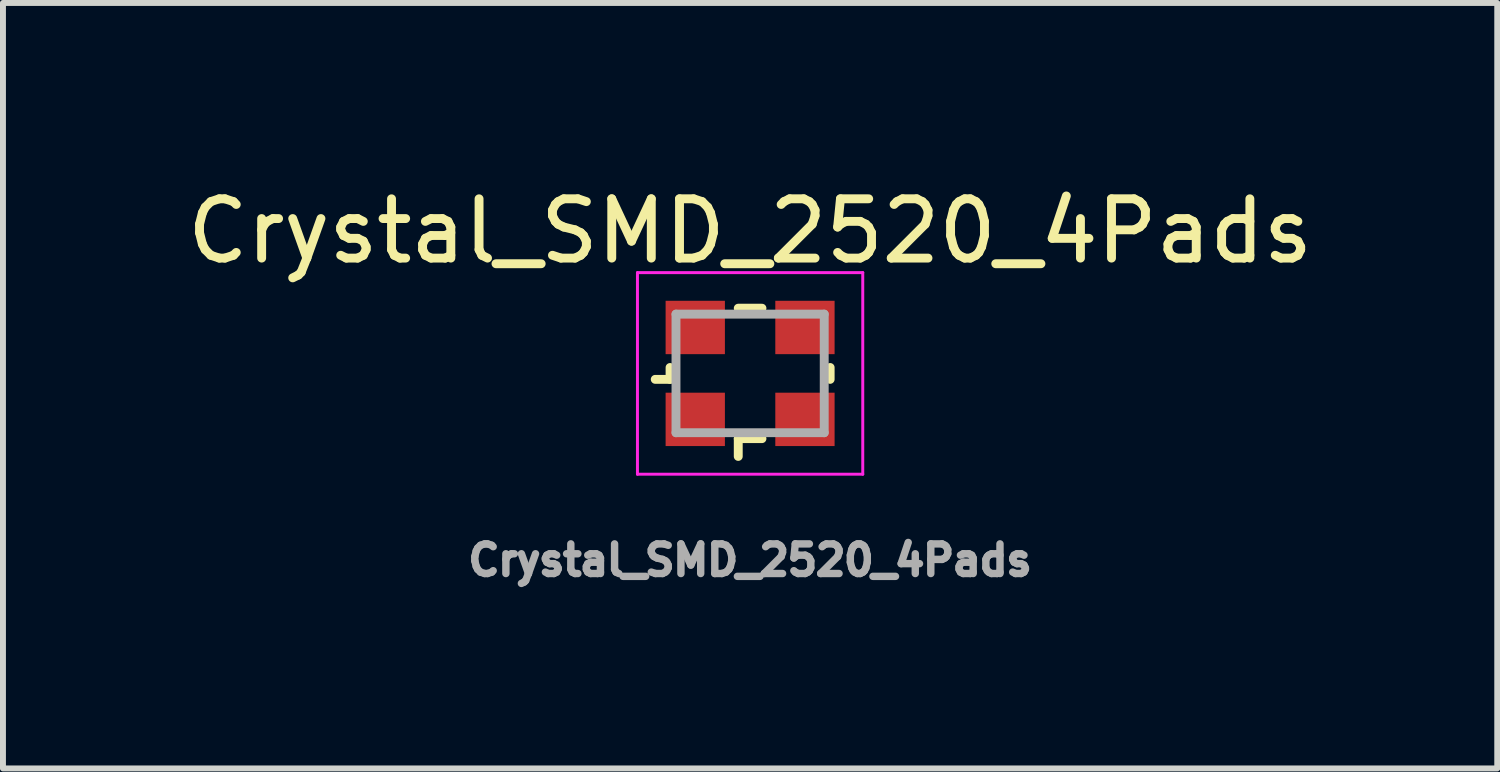
<source format=kicad_pcb>
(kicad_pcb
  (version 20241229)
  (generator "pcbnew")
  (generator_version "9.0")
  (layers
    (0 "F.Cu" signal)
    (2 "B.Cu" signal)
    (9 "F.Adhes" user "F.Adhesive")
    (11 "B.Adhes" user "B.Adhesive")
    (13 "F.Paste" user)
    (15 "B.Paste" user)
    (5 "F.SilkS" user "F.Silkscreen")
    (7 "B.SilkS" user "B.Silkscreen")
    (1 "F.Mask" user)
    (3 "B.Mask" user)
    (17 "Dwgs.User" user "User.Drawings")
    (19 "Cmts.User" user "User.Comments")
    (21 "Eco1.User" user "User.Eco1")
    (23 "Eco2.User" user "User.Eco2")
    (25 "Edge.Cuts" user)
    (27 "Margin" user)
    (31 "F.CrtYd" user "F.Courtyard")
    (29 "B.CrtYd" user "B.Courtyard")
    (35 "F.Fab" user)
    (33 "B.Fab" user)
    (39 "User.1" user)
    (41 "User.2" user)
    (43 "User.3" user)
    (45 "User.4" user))
  (footprint "Crystal_SMD_2520_4Pads"
    (layer "F.Cu")
    (at 9.601 3.248)
    (property "Reference" "Crystal_SMD_2520_4Pads" (at 0 -2.4 0) (layer "F.SilkS") (effects (font (size 1 1) (thickness 0.15))))
    (attr smd)
    (fp_line (start -1.35 0.1) (end -1.6 0.1) (stroke (width 0.15) (type solid)) (layer "F.SilkS"))
    (fp_line (start -1.35 0.1) (end -1.35 -0.1) (stroke (width 0.15) (type solid)) (layer "F.SilkS"))
    (fp_line (start -0.2 -1.1) (end 0.2 -1.1) (stroke (width 0.15) (type solid)) (layer "F.SilkS"))
    (fp_line (start -0.2 1.1) (end -0.2 1.4) (stroke (width 0.15) (type solid)) (layer "F.SilkS"))
    (fp_line (start 0.2 1.1) (end -0.2 1.1) (stroke (width 0.15) (type solid)) (layer "F.SilkS"))
    (fp_line (start 1.35 0.1) (end 1.35 -0.1) (stroke (width 0.15) (type solid)) (layer "F.SilkS"))
    (fp_line (start -1.9 -1.7) (end -1.9 1.7) (stroke (width 0.05) (type solid)) (layer "F.CrtYd"))
    (fp_line (start -1.9 1.7) (end 1.9 1.7) (stroke (width 0.05) (type solid)) (layer "F.CrtYd"))
    (fp_line (start 1.9 -1.7) (end -1.9 -1.7) (stroke (width 0.05) (type solid)) (layer "F.CrtYd"))
    (fp_line (start 1.9 1.7) (end 1.9 -1.7) (stroke (width 0.05) (type solid)) (layer "F.CrtYd"))
    (fp_line (start -1.25 -1) (end -1.25 1) (stroke (width 0.15) (type solid)) (layer "F.Fab"))
    (fp_line (start -1.25 1) (end 1.25 1) (stroke (width 0.15) (type solid)) (layer "F.Fab"))
    (fp_line (start 1.25 -1) (end -1.25 -1) (stroke (width 0.15) (type solid)) (layer "F.Fab"))
    (fp_line (start 1.25 1) (end 1.25 -1) (stroke (width 0.15) (type solid)) (layer "F.Fab"))
    (fp_text user "${REFERENCE}" (at 0 3.15 0) (layer "F.Fab") (effects (font (size 0.5 0.5) (thickness 0.125))))
    (pad "1" smd rect (at -0.925 0.775) (size 1 0.9) (layers "F.Cu" "F.Mask" "F.Paste"))
    (pad "2" smd rect (at 0.925 -0.775) (size 1 0.9) (layers "F.Cu" "F.Mask" "F.Paste"))
    (pad "3" smd rect (at -0.925 -0.775) (size 1 0.9) (layers "F.Cu" "F.Mask" "F.Paste"))
    (pad "3" smd rect (at 0.925 0.775) (size 1 0.9) (layers "F.Cu" "F.Mask" "F.Paste")))
  (gr_rect
    (start -3 -3)
    (end 22.202 9.91)
    (stroke (width 0.1) (type default))
    (fill no)
    (layer "Edge.Cuts")))
</source>
